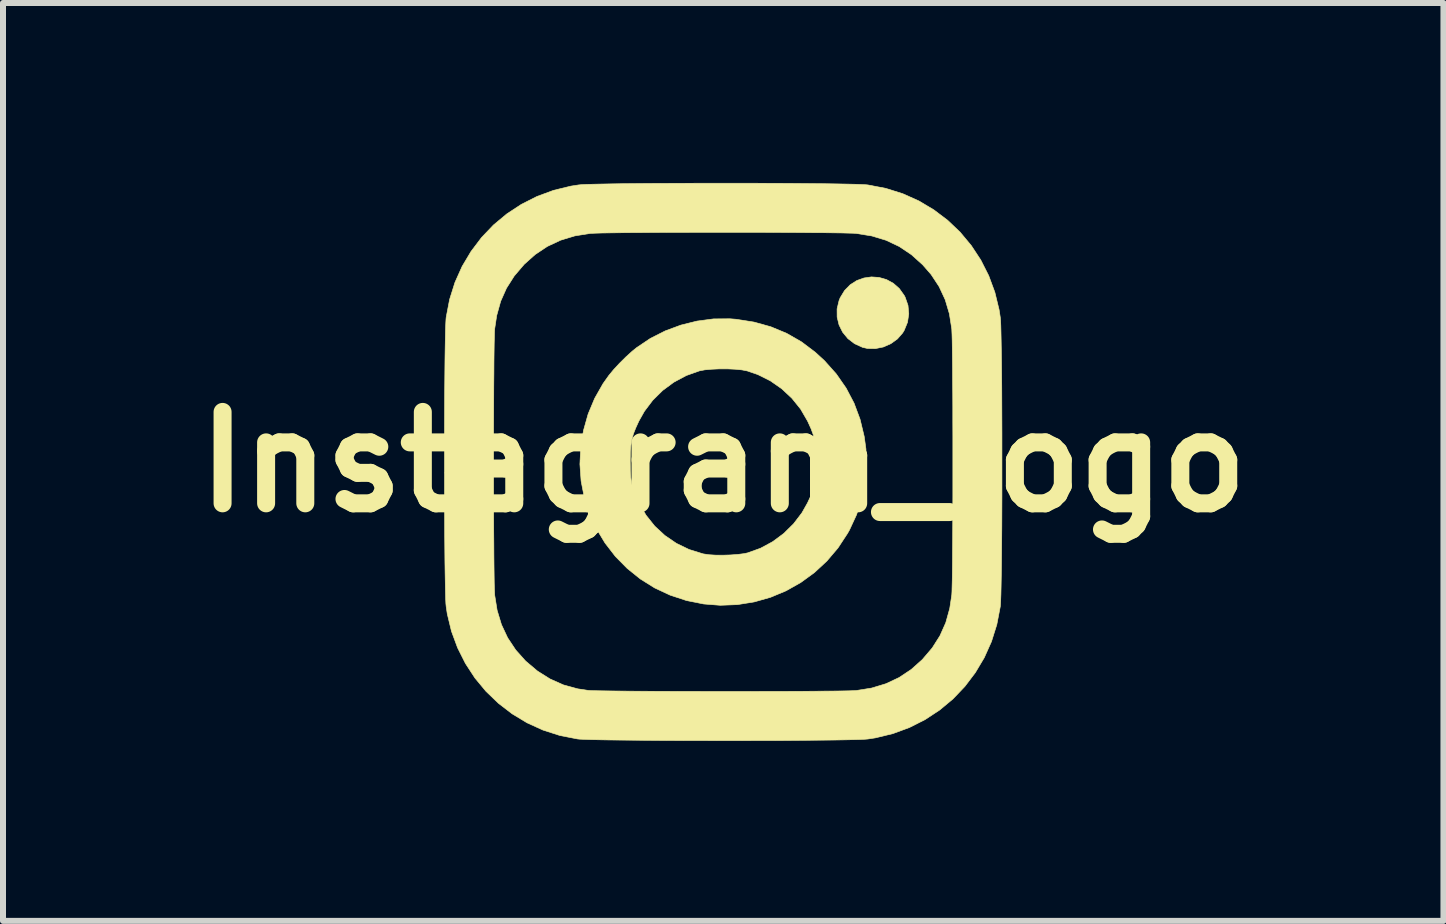
<source format=kicad_pcb>
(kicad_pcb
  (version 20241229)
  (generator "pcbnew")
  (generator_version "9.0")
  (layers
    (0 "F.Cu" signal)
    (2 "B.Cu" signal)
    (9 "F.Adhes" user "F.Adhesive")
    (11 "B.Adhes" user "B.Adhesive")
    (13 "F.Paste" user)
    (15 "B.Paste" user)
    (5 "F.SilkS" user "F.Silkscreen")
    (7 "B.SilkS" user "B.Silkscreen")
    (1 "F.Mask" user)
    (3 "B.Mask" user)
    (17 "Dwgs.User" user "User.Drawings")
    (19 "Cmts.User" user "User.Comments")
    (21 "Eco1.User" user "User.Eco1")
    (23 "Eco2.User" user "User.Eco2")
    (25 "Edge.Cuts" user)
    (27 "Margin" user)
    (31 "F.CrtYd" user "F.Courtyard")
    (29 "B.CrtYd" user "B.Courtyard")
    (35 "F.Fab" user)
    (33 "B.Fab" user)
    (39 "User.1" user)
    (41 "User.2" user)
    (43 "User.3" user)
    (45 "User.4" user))
  (footprint "Instagram_logo"
    (layer "F.Cu")
    (at 9.006 4.651)
    (property "Reference" "Instagram_logo" (at 0 0 0) (layer "F.SilkS") (effects (font (size 1.524 1.524) (thickness 0.3))))
    (attr through_hole)
    (fp_poly (pts (xy 2.598 -3.076) (xy 2.721 -3.041) (xy 2.835 -2.979) (xy 2.935 -2.891) (xy 3.017 -2.776) (xy 3.032 -2.748) (xy 3.08 -2.611) (xy 3.093 -2.469) (xy 3.072 -2.329) (xy 3.017 -2.194) (xy 2.991 -2.151) (xy 2.904 -2.051) (xy 2.794 -1.972) (xy 2.67 -1.917) (xy 2.537 -1.89) (xy 2.405 -1.892) (xy 2.322 -1.911) (xy 2.189 -1.972) (xy 2.078 -2.057) (xy 1.991 -2.163) (xy 1.931 -2.284) (xy 1.899 -2.415) (xy 1.898 -2.552) (xy 1.931 -2.69) (xy 1.949 -2.736) (xy 2.023 -2.858) (xy 2.117 -2.954) (xy 2.226 -3.024) (xy 2.346 -3.067) (xy 2.471 -3.085) (xy 2.598 -3.076)) (stroke (width 0.01) (type solid)) (fill yes) (layer "F.SilkS"))
    (fp_poly (pts (xy 0.213 -2.379) (xy 0.513 -2.332) (xy 0.793 -2.254) (xy 1.056 -2.145) (xy 1.302 -2.004) (xy 1.532 -1.831) (xy 1.688 -1.688) (xy 1.885 -1.467) (xy 2.049 -1.231) (xy 2.181 -0.98) (xy 2.281 -0.712) (xy 2.35 -0.426) (xy 2.379 -0.218) (xy 2.389 0.056) (xy 2.366 0.334) (xy 2.31 0.61) (xy 2.223 0.878) (xy 2.105 1.133) (xy 2.074 1.188) (xy 1.914 1.432) (xy 1.728 1.651) (xy 1.52 1.844) (xy 1.292 2.01) (xy 1.047 2.148) (xy 0.788 2.256) (xy 0.516 2.333) (xy 0.236 2.378) (xy -0.05 2.389) (xy -0.327 2.367) (xy -0.612 2.31) (xy -0.885 2.22) (xy -1.142 2.1) (xy -1.381 1.951) (xy -1.6 1.775) (xy -1.798 1.574) (xy -1.971 1.35) (xy -2.118 1.106) (xy -2.236 0.842) (xy -2.315 0.595) (xy -2.369 0.318) (xy -2.389 0.036) (xy -2.387 0) (xy -1.55 0) (xy -1.548 0.143) (xy -1.541 0.26) (xy -1.526 0.36) (xy -1.502 0.454) (xy -1.465 0.552) (xy -1.415 0.663) (xy -1.405 0.683) (xy -1.287 0.887) (xy -1.142 1.069) (xy -0.972 1.226) (xy -0.78 1.357) (xy -0.569 1.459) (xy -0.341 1.53) (xy -0.327 1.533) (xy -0.241 1.546) (xy -0.131 1.553) (xy -0.006 1.554) (xy 0.122 1.55) (xy 0.244 1.541) (xy 0.348 1.528) (xy 0.408 1.515) (xy 0.622 1.438) (xy 0.824 1.329) (xy 1.009 1.192) (xy 1.173 1.03) (xy 1.312 0.848) (xy 1.405 0.683) (xy 1.458 0.569) (xy 1.496 0.47) (xy 1.523 0.376) (xy 1.539 0.277) (xy 1.548 0.164) (xy 1.55 0.026) (xy 1.55 0) (xy 1.548 -0.143) (xy 1.541 -0.26) (xy 1.526 -0.36) (xy 1.501 -0.454) (xy 1.465 -0.552) (xy 1.415 -0.663) (xy 1.406 -0.682) (xy 1.29 -0.882) (xy 1.145 -1.062) (xy 0.976 -1.22) (xy 0.785 -1.353) (xy 0.577 -1.457) (xy 0.399 -1.518) (xy 0.312 -1.535) (xy 0.199 -1.546) (xy 0.071 -1.552) (xy -0.063 -1.552) (xy -0.192 -1.546) (xy -0.306 -1.536) (xy -0.395 -1.519) (xy -0.399 -1.518) (xy -0.618 -1.44) (xy -0.823 -1.33) (xy -1.01 -1.192) (xy -1.175 -1.029) (xy -1.314 -0.845) (xy -1.406 -0.682) (xy -1.458 -0.568) (xy -1.497 -0.469) (xy -1.523 -0.375) (xy -1.539 -0.276) (xy -1.548 -0.163) (xy -1.55 -0.025) (xy -1.55 0) (xy -2.387 0) (xy -2.375 -0.246) (xy -2.329 -0.526) (xy -2.252 -0.799) (xy -2.143 -1.06) (xy -2.004 -1.305) (xy -1.907 -1.442) (xy -1.827 -1.539) (xy -1.729 -1.645) (xy -1.621 -1.752) (xy -1.516 -1.847) (xy -1.442 -1.907) (xy -1.214 -2.06) (xy -0.967 -2.185) (xy -0.705 -2.282) (xy -0.435 -2.349) (xy -0.161 -2.385) (xy 0.111 -2.387) (xy 0.213 -2.379)) (stroke (width 0.01) (type solid)) (fill yes) (layer "F.SilkS"))
    (fp_poly (pts (xy 0.309 -4.646) (xy 0.571 -4.646) (xy 0.826 -4.645) (xy 1.073 -4.644) (xy 1.308 -4.642) (xy 1.528 -4.64) (xy 1.73 -4.638) (xy 1.913 -4.635) (xy 2.072 -4.632) (xy 2.206 -4.629) (xy 2.31 -4.625) (xy 2.384 -4.621) (xy 2.413 -4.618) (xy 2.71 -4.561) (xy 2.993 -4.472) (xy 3.261 -4.352) (xy 3.511 -4.203) (xy 3.741 -4.029) (xy 3.95 -3.83) (xy 4.135 -3.608) (xy 4.294 -3.366) (xy 4.426 -3.105) (xy 4.528 -2.829) (xy 4.599 -2.537) (xy 4.618 -2.413) (xy 4.623 -2.363) (xy 4.627 -2.279) (xy 4.63 -2.164) (xy 4.633 -2.022) (xy 4.636 -1.855) (xy 4.639 -1.665) (xy 4.641 -1.456) (xy 4.643 -1.231) (xy 4.644 -0.992) (xy 4.645 -0.742) (xy 4.646 -0.484) (xy 4.646 -0.221) (xy 4.646 0.044) (xy 4.646 0.309) (xy 4.646 0.571) (xy 4.645 0.826) (xy 4.644 1.073) (xy 4.642 1.308) (xy 4.64 1.528) (xy 4.638 1.73) (xy 4.635 1.913) (xy 4.632 2.072) (xy 4.629 2.206) (xy 4.625 2.31) (xy 4.621 2.384) (xy 4.618 2.413) (xy 4.561 2.71) (xy 4.472 2.993) (xy 4.352 3.261) (xy 4.203 3.511) (xy 4.029 3.741) (xy 3.83 3.95) (xy 3.608 4.135) (xy 3.366 4.294) (xy 3.105 4.426) (xy 2.829 4.528) (xy 2.537 4.599) (xy 2.413 4.618) (xy 2.365 4.622) (xy 2.282 4.626) (xy 2.169 4.629) (xy 2.029 4.632) (xy 1.863 4.635) (xy 1.675 4.637) (xy 1.468 4.639) (xy 1.244 4.641) (xy 1.006 4.643) (xy 0.757 4.644) (xy 0.5 4.644) (xy 0.238 4.645) (xy -0.027 4.645) (xy -0.292 4.644) (xy -0.554 4.644) (xy -0.81 4.643) (xy -1.057 4.642) (xy -1.293 4.64) (xy -1.515 4.638) (xy -1.72 4.636) (xy -1.905 4.634) (xy -2.067 4.631) (xy -2.204 4.628) (xy -2.313 4.624) (xy -2.39 4.621) (xy -2.431 4.617) (xy -2.725 4.559) (xy -3.005 4.469) (xy -3.271 4.348) (xy -3.519 4.198) (xy -3.747 4.023) (xy -3.955 3.823) (xy -4.139 3.601) (xy -4.297 3.359) (xy -4.428 3.098) (xy -4.53 2.822) (xy -4.6 2.532) (xy -4.618 2.413) (xy -4.623 2.363) (xy -4.627 2.279) (xy -4.63 2.164) (xy -4.633 2.022) (xy -4.636 1.855) (xy -4.639 1.665) (xy -4.641 1.456) (xy -4.643 1.231) (xy -4.644 0.992) (xy -4.645 0.742) (xy -4.646 0.484) (xy -4.646 0.221) (xy -4.646 -0.044) (xy -4.646 -0.073) (xy -3.828 -0.073) (xy -3.828 0.181) (xy -3.828 0.433) (xy -3.827 0.681) (xy -3.827 0.92) (xy -3.826 1.149) (xy -3.824 1.363) (xy -3.823 1.561) (xy -3.821 1.739) (xy -3.819 1.894) (xy -3.817 2.023) (xy -3.814 2.124) (xy -3.811 2.193) (xy -3.81 2.217) (xy -3.769 2.473) (xy -3.697 2.711) (xy -3.594 2.931) (xy -3.459 3.134) (xy -3.292 3.321) (xy -3.29 3.322) (xy -3.097 3.485) (xy -2.887 3.617) (xy -2.662 3.717) (xy -2.424 3.782) (xy -2.25 3.808) (xy -2.204 3.811) (xy -2.126 3.813) (xy -2.017 3.815) (xy -1.88 3.817) (xy -1.719 3.819) (xy -1.536 3.821) (xy -1.334 3.822) (xy -1.116 3.823) (xy -0.885 3.824) (xy -0.644 3.825) (xy -0.395 3.825) (xy -0.143 3.826) (xy 0.112 3.826) (xy 0.364 3.826) (xy 0.613 3.825) (xy 0.854 3.825) (xy 1.085 3.824) (xy 1.302 3.823) (xy 1.504 3.822) (xy 1.687 3.82) (xy 1.848 3.819) (xy 1.985 3.817) (xy 2.094 3.815) (xy 2.172 3.812) (xy 2.217 3.81) (xy 2.473 3.769) (xy 2.711 3.697) (xy 2.931 3.594) (xy 3.134 3.459) (xy 3.321 3.292) (xy 3.322 3.29) (xy 3.484 3.1) (xy 3.613 2.897) (xy 3.71 2.679) (xy 3.776 2.442) (xy 3.81 2.217) (xy 3.813 2.167) (xy 3.815 2.085) (xy 3.818 1.972) (xy 3.82 1.831) (xy 3.822 1.666) (xy 3.823 1.479) (xy 3.825 1.274) (xy 3.826 1.054) (xy 3.827 0.82) (xy 3.828 0.577) (xy 3.828 0.327) (xy 3.828 0.073) (xy 3.828 -0.181) (xy 3.828 -0.433) (xy 3.827 -0.681) (xy 3.827 -0.92) (xy 3.826 -1.149) (xy 3.824 -1.363) (xy 3.823 -1.561) (xy 3.821 -1.739) (xy 3.819 -1.894) (xy 3.817 -2.023) (xy 3.814 -2.124) (xy 3.811 -2.193) (xy 3.81 -2.217) (xy 3.77 -2.471) (xy 3.7 -2.706) (xy 3.599 -2.923) (xy 3.466 -3.125) (xy 3.324 -3.288) (xy 3.137 -3.456) (xy 2.934 -3.592) (xy 2.714 -3.696) (xy 2.476 -3.768) (xy 2.22 -3.809) (xy 2.217 -3.81) (xy 2.167 -3.813) (xy 2.085 -3.815) (xy 1.972 -3.818) (xy 1.831 -3.82) (xy 1.666 -3.822) (xy 1.479 -3.823) (xy 1.274 -3.825) (xy 1.054 -3.826) (xy 0.82 -3.827) (xy 0.577 -3.828) (xy 0.327 -3.828) (xy 0.073 -3.828) (xy -0.181 -3.828) (xy -0.433 -3.828) (xy -0.681 -3.827) (xy -0.92 -3.827) (xy -1.149 -3.826) (xy -1.363 -3.824) (xy -1.561 -3.823) (xy -1.739 -3.821) (xy -1.894 -3.819) (xy -2.023 -3.817) (xy -2.124 -3.814) (xy -2.193 -3.811) (xy -2.217 -3.81) (xy -2.473 -3.769) (xy -2.711 -3.697) (xy -2.931 -3.594) (xy -3.134 -3.459) (xy -3.321 -3.292) (xy -3.322 -3.29) (xy -3.484 -3.1) (xy -3.613 -2.897) (xy -3.71 -2.679) (xy -3.776 -2.442) (xy -3.81 -2.217) (xy -3.813 -2.167) (xy -3.815 -2.085) (xy -3.818 -1.972) (xy -3.82 -1.831) (xy -3.822 -1.666) (xy -3.823 -1.479) (xy -3.825 -1.274) (xy -3.826 -1.054) (xy -3.827 -0.82) (xy -3.828 -0.577) (xy -3.828 -0.327) (xy -3.828 -0.073) (xy -4.646 -0.073) (xy -4.646 -0.309) (xy -4.646 -0.571) (xy -4.645 -0.826) (xy -4.644 -1.073) (xy -4.642 -1.308) (xy -4.64 -1.528) (xy -4.638 -1.73) (xy -4.635 -1.913) (xy -4.632 -2.072) (xy -4.629 -2.206) (xy -4.625 -2.31) (xy -4.621 -2.384) (xy -4.618 -2.413) (xy -4.561 -2.71) (xy -4.472 -2.993) (xy -4.352 -3.261) (xy -4.203 -3.511) (xy -4.029 -3.741) (xy -3.83 -3.95) (xy -3.608 -4.135) (xy -3.366 -4.294) (xy -3.105 -4.426) (xy -2.829 -4.528) (xy -2.537 -4.599) (xy -2.413 -4.618) (xy -2.363 -4.623) (xy -2.279 -4.627) (xy -2.164 -4.63) (xy -2.022 -4.633) (xy -1.855 -4.636) (xy -1.665 -4.639) (xy -1.456 -4.641) (xy -1.231 -4.643) (xy -0.992 -4.644) (xy -0.742 -4.645) (xy -0.484 -4.646) (xy -0.221 -4.646) (xy 0.044 -4.646) (xy 0.309 -4.646)) (stroke (width 0.01) (type solid)) (fill yes) (layer "F.SilkS")))
  (gr_rect
    (start -3 -3)
    (end 21.012 12.301)
    (stroke (width 0.1) (type default))
    (fill no)
    (layer "Edge.Cuts")))
</source>
